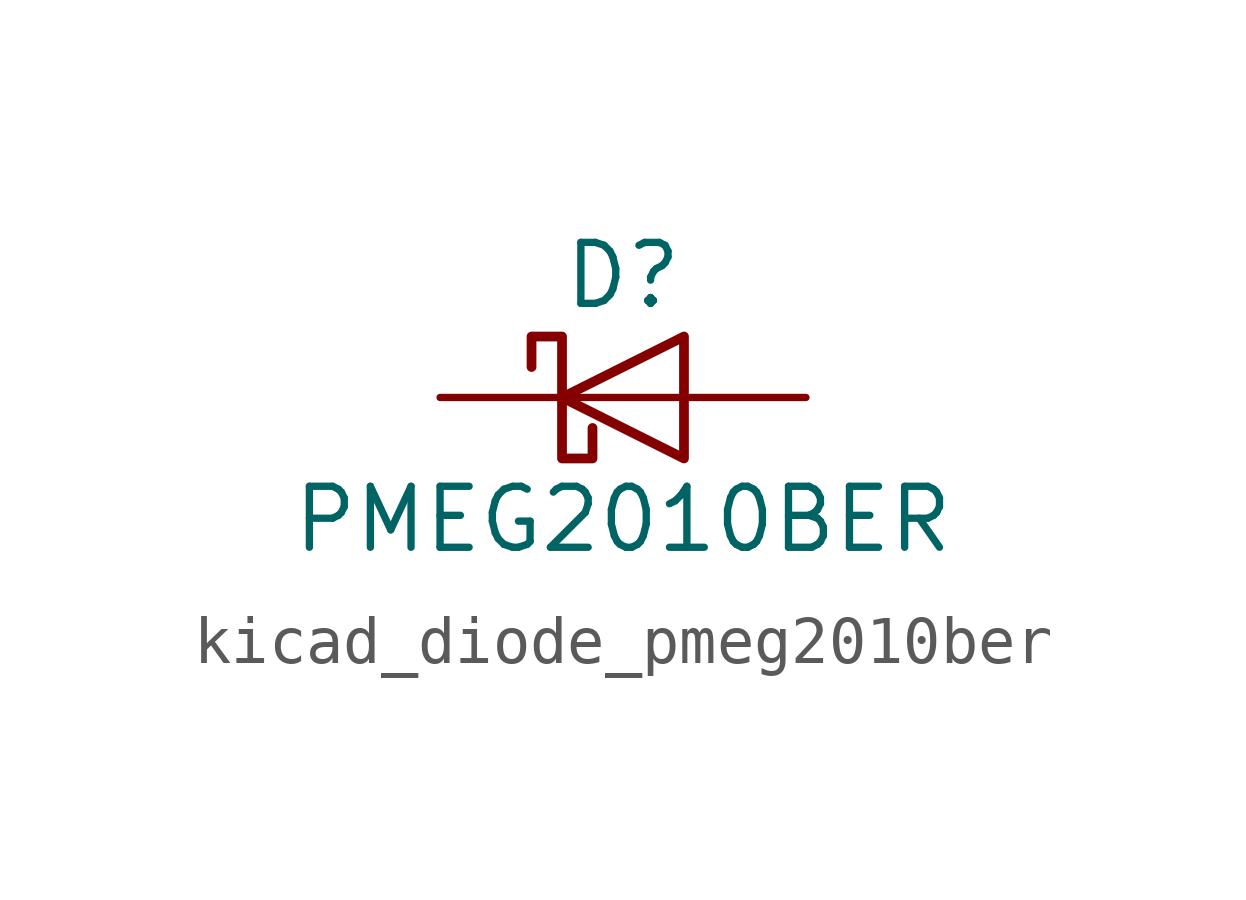
<source format=kicad_sym>
(kicad_symbol_lib
  (version 20220914)
  (generator kicad_symbol_editor)
  (symbol "kicad_diode_pmeg2010ber"
    (pin_numbers hide)
    (pin_names hide)
    (property "Reference" "D"
      (at 0 2.54 0)
      (effects (font (size 1.27 1.27))))
    (property "Value" "PMEG2010BER"
      (at 0 -2.54 0)
      (effects (font (size 1.27 1.27))))
    (symbol "kicad_diode_pmeg2010ber_0_1"
      (polyline (pts (xy 1.27 0) (xy -1.27 0)) (stroke (width 0) (type default)) (fill (type none)))
      (polyline (pts (xy 1.27 1.27) (xy 1.27 -1.27) (xy -1.27 0) (xy 1.27 1.27)) (stroke (width 0.203) (type default)) (fill (type none)))
      (polyline (pts (xy -1.905 0.635) (xy -1.905 1.27) (xy -1.27 1.27) (xy -1.27 -1.27) (xy -0.635 -1.27) (xy -0.635 -0.635)) (stroke (width 0.203) (type default)) (fill (type none))))
    (symbol "kicad_diode_pmeg2010ber_1_1"
      (pin passive line (at -3.81 0 0) (length 2.54) (name "K" (effects (font (size 1.27 1.27)))) (number "1" (effects (font (size 1.27 1.27)))))
      (pin passive line (at 3.81 0 180) (length 2.54) (name "A" (effects (font (size 1.27 1.27)))) (number "2" (effects (font (size 1.27 1.27))))))))
</source>
